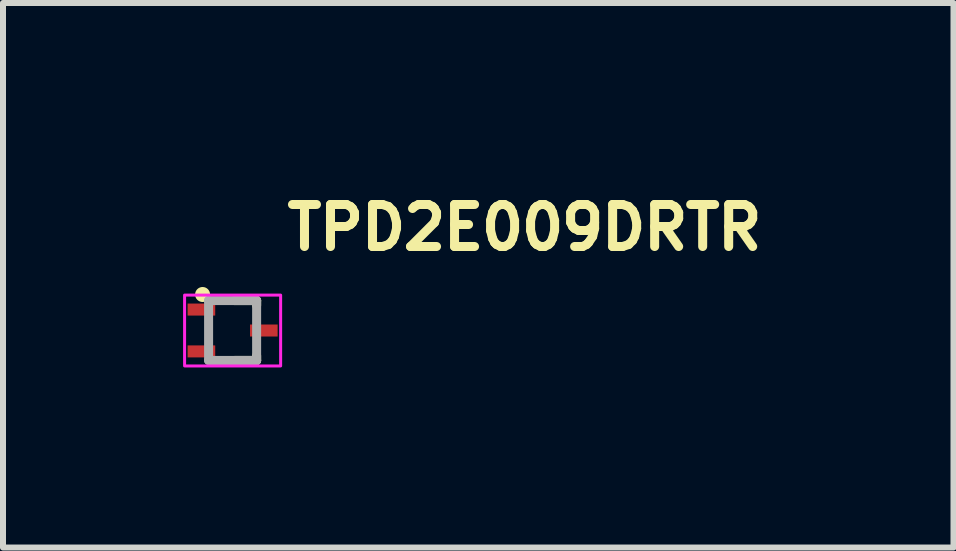
<source format=kicad_pcb>
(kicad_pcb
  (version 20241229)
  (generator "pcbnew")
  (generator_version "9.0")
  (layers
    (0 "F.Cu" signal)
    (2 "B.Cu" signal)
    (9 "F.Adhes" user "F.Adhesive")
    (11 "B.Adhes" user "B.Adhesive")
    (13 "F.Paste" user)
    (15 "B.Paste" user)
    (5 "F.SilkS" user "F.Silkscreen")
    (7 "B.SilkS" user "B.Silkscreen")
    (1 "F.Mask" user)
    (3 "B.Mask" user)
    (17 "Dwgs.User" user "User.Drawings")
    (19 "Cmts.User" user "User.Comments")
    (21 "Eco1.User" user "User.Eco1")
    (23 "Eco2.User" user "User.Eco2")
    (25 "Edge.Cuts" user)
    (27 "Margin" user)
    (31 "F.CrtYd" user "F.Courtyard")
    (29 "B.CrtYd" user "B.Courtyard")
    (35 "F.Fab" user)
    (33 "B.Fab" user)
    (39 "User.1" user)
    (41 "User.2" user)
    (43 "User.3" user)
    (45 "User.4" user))
  (footprint "TPD2E009DRTR"
    (layer "F.Cu")
    (at 0.825 2.456)
    (property "Reference" "TPD2E009DRTR" (at 0.832 -1.306 0) (layer "F.SilkS") (effects (font (size 0.7 0.7) (thickness 0.15)) (justify left bottom)))
    (attr smd)
    (fp_line (start 0.03 -0.499) (end 0.4 -0.499) (stroke (width 0.15) (type solid)) (layer "F.SilkS"))
    (fp_line (start 0.03 0.499) (end 0.4 0.499) (stroke (width 0.15) (type solid)) (layer "F.SilkS"))
    (fp_line (start 0.4 -0.419) (end 0.4 -0.499) (stroke (width 0.15) (type solid)) (layer "F.SilkS"))
    (fp_line (start 0.4 0.42) (end 0.4 0.499) (stroke (width 0.15) (type solid)) (layer "F.SilkS"))
    (fp_circle (center -0.5 -0.6) (end -0.45 -0.6) (stroke (width 0.15) (type solid)) (fill yes) (layer "F.SilkS"))
    (fp_rect (start -0.8 -0.59) (end 0.8 0.59) (stroke (width 0.05) (type solid)) (fill no) (layer "F.CrtYd"))
    (fp_line (start -0.4 -0.499) (end 0.4 -0.499) (stroke (width 0.15) (type solid)) (layer "F.Fab"))
    (fp_line (start -0.4 0.499) (end -0.4 -0.499) (stroke (width 0.15) (type solid)) (layer "F.Fab"))
    (fp_line (start 0.4 -0.499) (end 0.4 0.499) (stroke (width 0.15) (type solid)) (layer "F.Fab"))
    (fp_line (start 0.4 0.499) (end -0.4 0.499) (stroke (width 0.15) (type solid)) (layer "F.Fab"))
    (fp_rect (start -0.5 -0.499) (end 0.5 0.499) (stroke (width 0.1) (type solid)) (fill no) (layer "User.5"))
    (fp_line (start -0.5 -0.424) (end -0.394 -0.424) (stroke (width 0.02) (type solid)) (layer "User.9"))
    (fp_line (start -0.5 -0.275) (end -0.5 -0.424) (stroke (width 0.02) (type solid)) (layer "User.9"))
    (fp_line (start -0.5 0.274) (end -0.394 0.274) (stroke (width 0.02) (type solid)) (layer "User.9"))
    (fp_line (start -0.5 0.425) (end -0.5 0.274) (stroke (width 0.02) (type solid)) (layer "User.9"))
    (fp_line (start -0.4 -0.499) (end -0.4 -0.424) (stroke (width 0.02) (type solid)) (layer "User.9"))
    (fp_line (start -0.4 -0.275) (end -0.4 0.274) (stroke (width 0.02) (type solid)) (layer "User.9"))
    (fp_line (start -0.4 0.425) (end -0.4 0.499) (stroke (width 0.02) (type solid)) (layer "User.9"))
    (fp_line (start -0.4 0.499) (end 0.4 0.499) (stroke (width 0.02) (type solid)) (layer "User.9"))
    (fp_line (start -0.394 -0.275) (end -0.5 -0.275) (stroke (width 0.02) (type solid)) (layer "User.9"))
    (fp_line (start -0.394 -0.275) (end -0.394 -0.424) (stroke (width 0.02) (type solid)) (layer "User.9"))
    (fp_line (start -0.394 0.425) (end -0.5 0.425) (stroke (width 0.02) (type solid)) (layer "User.9"))
    (fp_line (start -0.394 0.425) (end -0.394 0.274) (stroke (width 0.02) (type solid)) (layer "User.9"))
    (fp_line (start -0.352 -0.451) (end -0.4 -0.499) (stroke (width 0.02) (type solid)) (layer "User.9"))
    (fp_line (start -0.352 -0.451) (end -0.352 0.452) (stroke (width 0.02) (type solid)) (layer "User.9"))
    (fp_line (start -0.352 0.452) (end -0.4 0.499) (stroke (width 0.02) (type solid)) (layer "User.9"))
    (fp_line (start -0.352 0.452) (end 0.352 0.452) (stroke (width 0.02) (type solid)) (layer "User.9"))
    (fp_line (start 0.352 -0.451) (end -0.352 -0.451) (stroke (width 0.02) (type solid)) (layer "User.9"))
    (fp_line (start 0.352 -0.451) (end 0.4 -0.499) (stroke (width 0.02) (type solid)) (layer "User.9"))
    (fp_line (start 0.352 0.452) (end 0.352 -0.451) (stroke (width 0.02) (type solid)) (layer "User.9"))
    (fp_line (start 0.352 0.452) (end 0.4 0.499) (stroke (width 0.02) (type solid)) (layer "User.9"))
    (fp_line (start 0.394 -0.075) (end 0.5 -0.075) (stroke (width 0.02) (type solid)) (layer "User.9"))
    (fp_line (start 0.394 0.074) (end 0.394 -0.075) (stroke (width 0.02) (type solid)) (layer "User.9"))
    (fp_line (start 0.4 -0.499) (end -0.4 -0.499) (stroke (width 0.02) (type solid)) (layer "User.9"))
    (fp_line (start 0.4 -0.075) (end 0.4 -0.499) (stroke (width 0.02) (type solid)) (layer "User.9"))
    (fp_line (start 0.4 0.499) (end 0.4 0.074) (stroke (width 0.02) (type solid)) (layer "User.9"))
    (fp_line (start 0.5 -0.075) (end 0.5 0.074) (stroke (width 0.02) (type solid)) (layer "User.9"))
    (fp_line (start 0.5 0.074) (end 0.394 0.074) (stroke (width 0.02) (type solid)) (layer "User.9"))
    (pad "1" smd rect (at -0.52 -0.349) (size 0.46 0.2) (layers "F.Cu" "F.Mask" "F.Paste"))
    (pad "2" smd rect (at -0.52 0.348) (size 0.46 0.2) (layers "F.Cu" "F.Mask" "F.Paste"))
    (pad "3" smd rect (at 0.52 0) (size 0.46 0.2) (layers "F.Cu" "F.Mask" "F.Paste")))
  (gr_rect
    (start -3 -3)
    (end 12.834 6.071)
    (stroke (width 0.1) (type default))
    (fill no)
    (layer "Edge.Cuts")))
</source>
